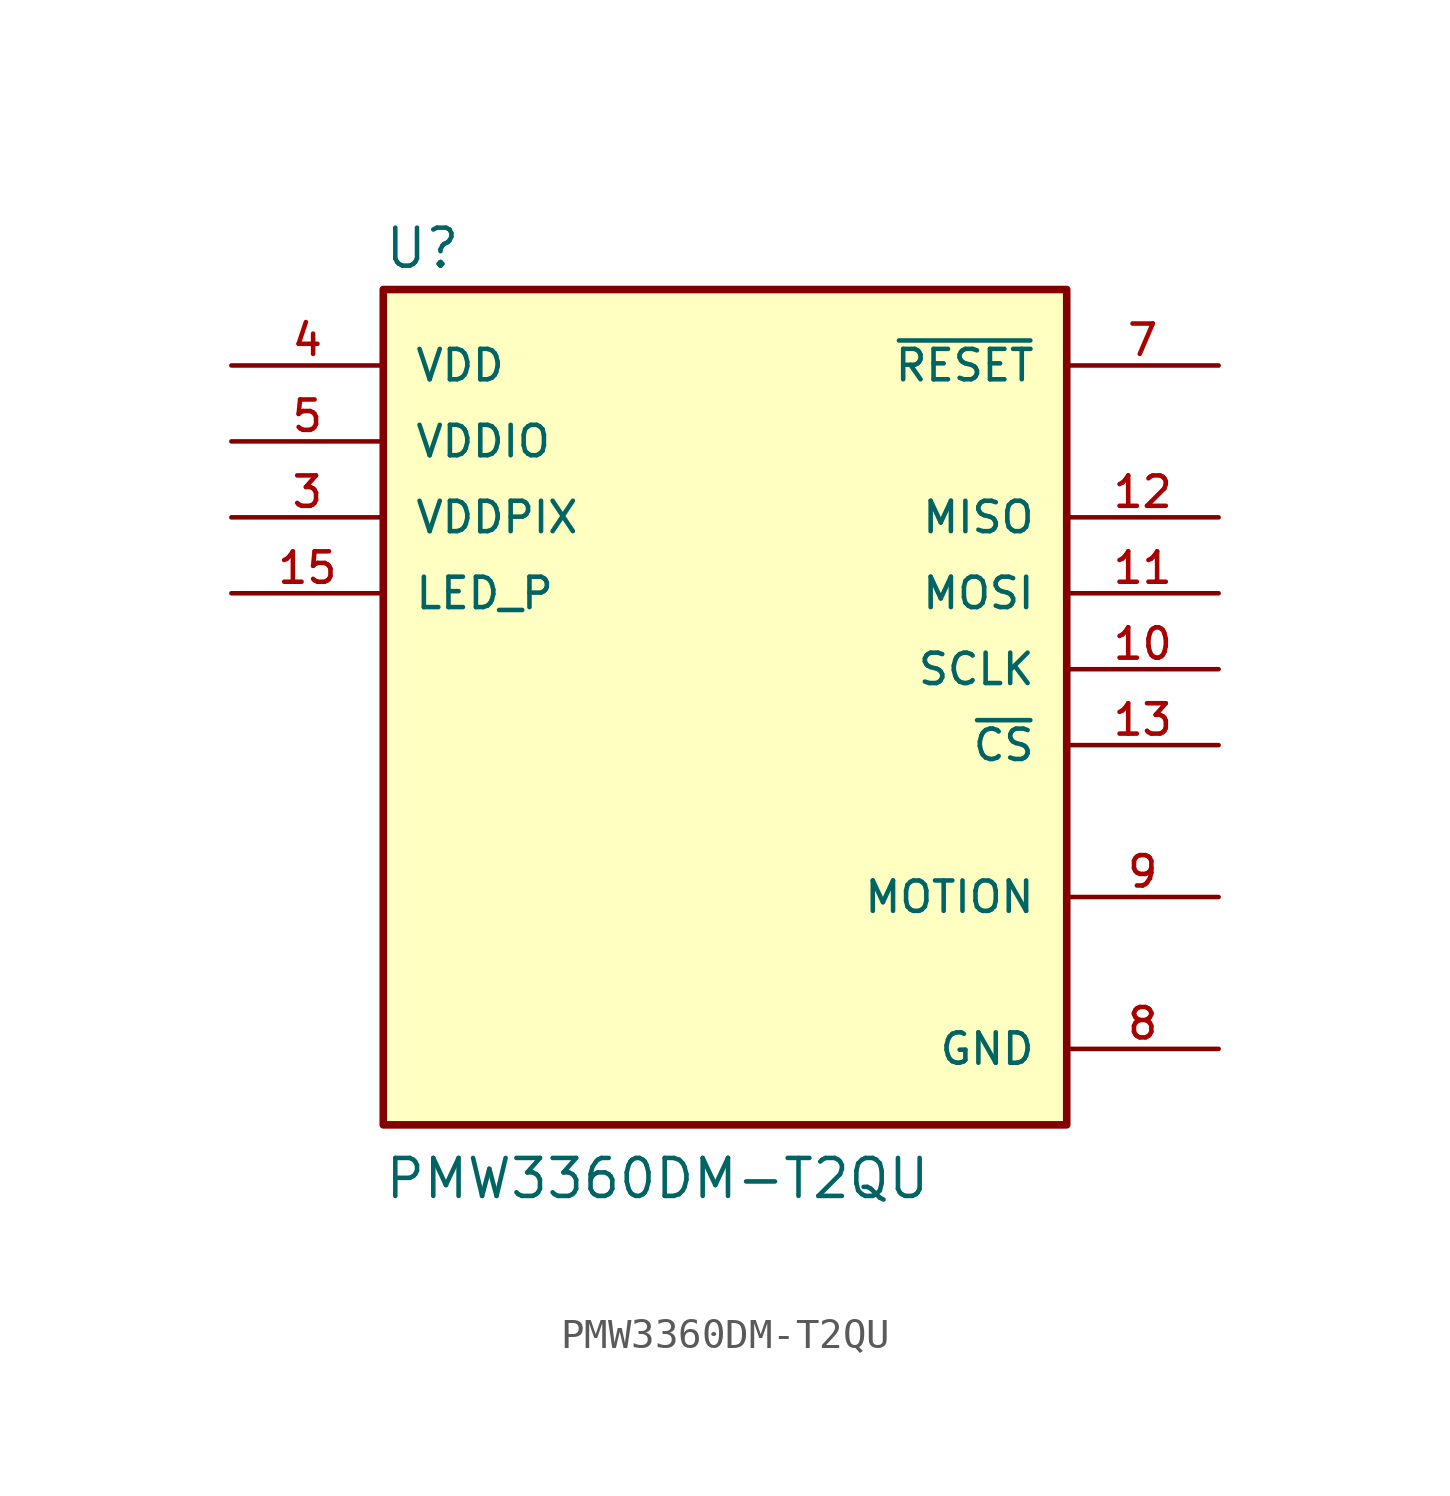
<source format=kicad_sym>
(kicad_symbol_lib
  (version 20211014)
  (generator kicad_symbol_editor)
  (symbol "PMW3360DM-T2QU"
    (pin_names
      (offset 1.016))
    (property "Reference" "U"
      (at -12.7 13.335 0)
      (effects (font (size 1.27 1.27)) (justify bottom left)))
    (property "Value" "PMW3360DM-T2QU"
      (at -12.7 -17.78 0)
      (effects (font (size 1.27 1.27)) (justify bottom left)))
    (symbol "PMW3360DM-T2QU_0_0"
      (rectangle (start -12.7 -15.24) (end 10.16 12.7) (stroke (width 0.254)) (fill (type background)))
      (pin bidirectional line (at -17.78 5.08 0) (length 5.08) (name "VDDPIX" (effects (font (size 1.016 1.016)))) (number "3" (effects (font (size 1.016 1.016)))))
      (pin bidirectional line (at -17.78 10.16 0) (length 5.08) (name "VDD" (effects (font (size 1.016 1.016)))) (number "4" (effects (font (size 1.016 1.016)))))
      (pin bidirectional line (at -17.78 7.62 0) (length 5.08) (name "VDDIO" (effects (font (size 1.016 1.016)))) (number "5" (effects (font (size 1.016 1.016)))))
      (pin bidirectional line (at 15.24 10.16 180.0) (length 5.08) (name "~{RESET}" (effects (font (size 1.016 1.016)))) (number "7" (effects (font (size 1.016 1.016)))))
      (pin bidirectional line (at 15.24 -12.7 180.0) (length 5.08) (name "GND" (effects (font (size 1.016 1.016)))) (number "8" (effects (font (size 1.016 1.016)))))
      (pin bidirectional line (at 15.24 -7.62 180.0) (length 5.08) (name "MOTION" (effects (font (size 1.016 1.016)))) (number "9" (effects (font (size 1.016 1.016)))))
      (pin bidirectional line (at 15.24 0.0 180.0) (length 5.08) (name "SCLK" (effects (font (size 1.016 1.016)))) (number "10" (effects (font (size 1.016 1.016)))))
      (pin bidirectional line (at 15.24 2.54 180.0) (length 5.08) (name "MOSI" (effects (font (size 1.016 1.016)))) (number "11" (effects (font (size 1.016 1.016)))))
      (pin bidirectional line (at 15.24 5.08 180.0) (length 5.08) (name "MISO" (effects (font (size 1.016 1.016)))) (number "12" (effects (font (size 1.016 1.016)))))
      (pin bidirectional line (at 15.24 -2.54 180.0) (length 5.08) (name "~{CS}" (effects (font (size 1.016 1.016)))) (number "13" (effects (font (size 1.016 1.016)))))
      (pin bidirectional line (at -17.78 2.54 0) (length 5.08) (name "LED_P" (effects (font (size 1.016 1.016)))) (number "15" (effects (font (size 1.016 1.016))))))))
</source>
